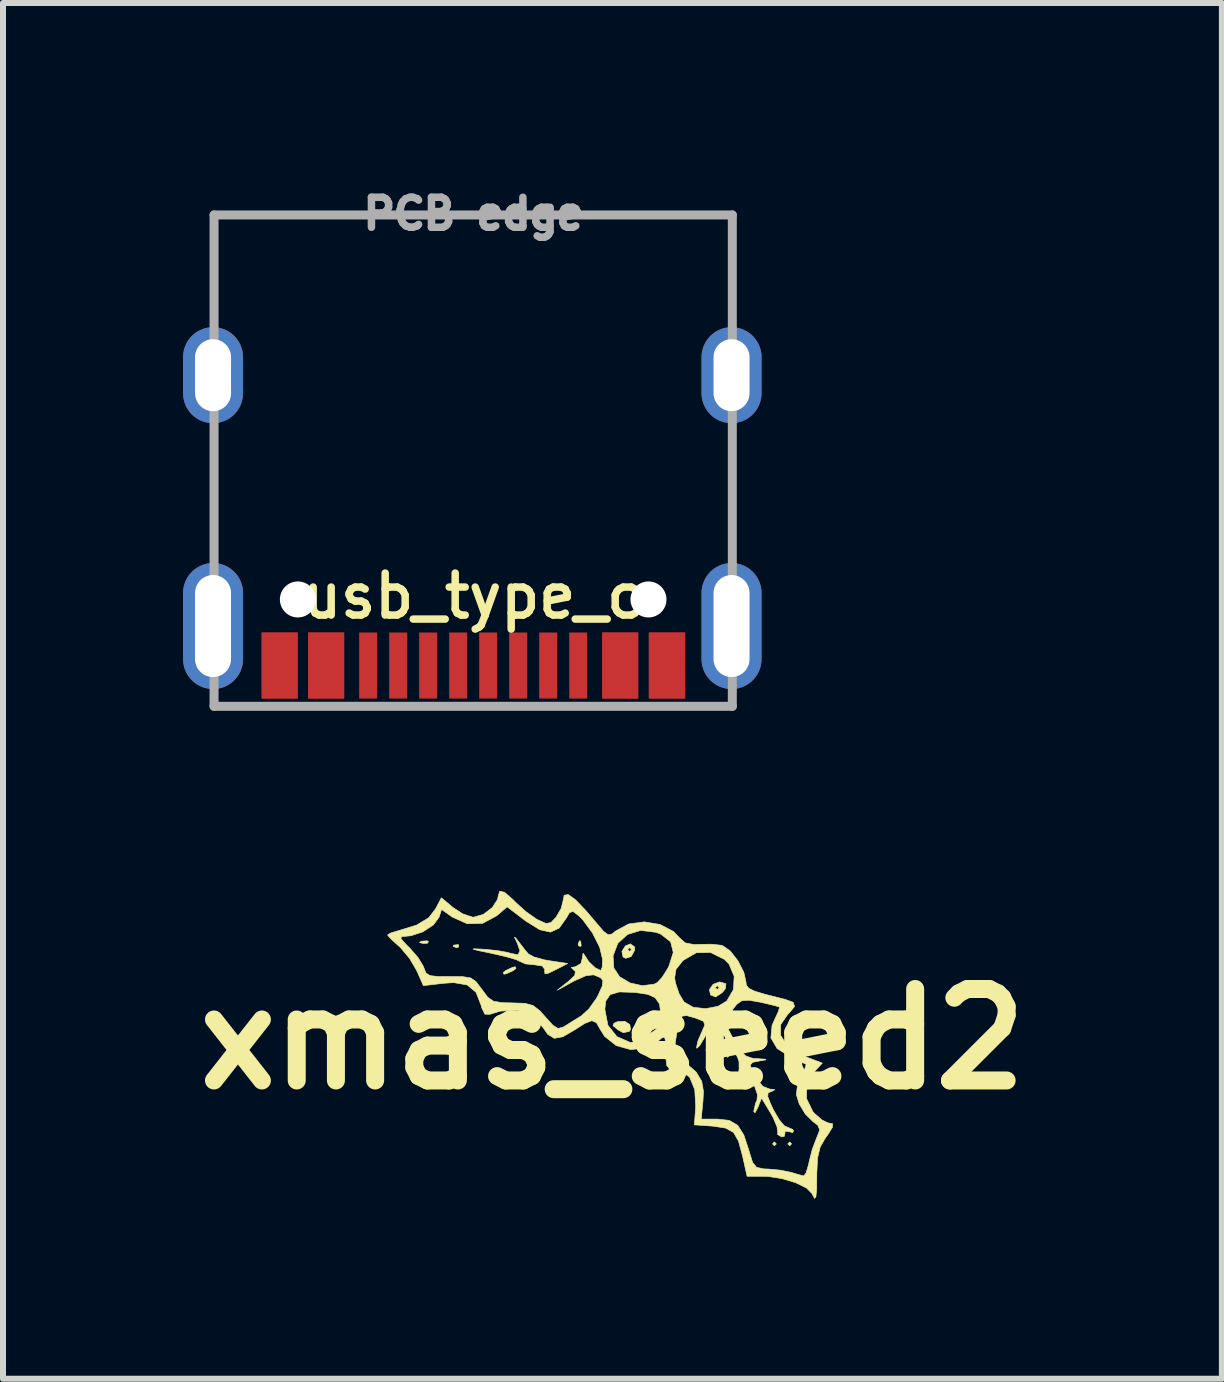
<source format=kicad_pcb>
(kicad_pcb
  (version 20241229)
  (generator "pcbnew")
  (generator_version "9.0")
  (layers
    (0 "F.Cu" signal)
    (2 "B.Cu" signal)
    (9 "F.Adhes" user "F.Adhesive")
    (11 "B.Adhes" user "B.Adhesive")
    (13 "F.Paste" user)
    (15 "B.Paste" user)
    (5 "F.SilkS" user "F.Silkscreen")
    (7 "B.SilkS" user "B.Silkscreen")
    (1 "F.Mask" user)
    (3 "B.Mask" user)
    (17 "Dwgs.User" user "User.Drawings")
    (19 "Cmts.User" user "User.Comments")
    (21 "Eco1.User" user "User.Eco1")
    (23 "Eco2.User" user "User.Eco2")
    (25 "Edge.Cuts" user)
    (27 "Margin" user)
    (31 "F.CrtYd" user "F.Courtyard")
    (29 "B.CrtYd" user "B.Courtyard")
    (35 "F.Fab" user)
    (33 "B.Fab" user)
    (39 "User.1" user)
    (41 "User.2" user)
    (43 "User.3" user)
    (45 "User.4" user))
  (footprint "usb_type_c"
    (layer "F.Cu")
    (at 4.835 0.532)
    (property "Reference" "usb_type_c" (at 0 6.35 180) (layer "F.SilkS") (effects (font (size 0.7 0.7) (thickness 0.125))))
    (attr through_hole)
    (fp_line (start -4.318 0) (end -4.318 8.188) (stroke (width 0.15) (type solid)) (layer "F.Fab"))
    (fp_line (start 4.318 0) (end -4.318 0) (stroke (width 0.15) (type solid)) (layer "F.Fab"))
    (fp_line (start 4.318 0) (end 4.318 8.188) (stroke (width 0.15) (type solid)) (layer "F.Fab"))
    (fp_line (start 4.318 8.188) (end -4.318 8.188) (stroke (width 0.15) (type solid)) (layer "F.Fab"))
    (fp_text user "PCB edge" (at 0.007 -0.02 180) (layer "F.Fab") (effects (font (size 0.5 0.5) (thickness 0.125))))
    (pad "" thru_hole oval (at -4.335 2.67 180) (size 1 1.6) (drill oval 0.6 1.2) (layers "*.Cu" "*.Mask"))
    (pad "" np_thru_hole circle (at -2.921 6.407 180) (size 0.6 0.6) (drill oval 0.6) (layers "*.Cu" "*.Mask"))
    (pad "" np_thru_hole circle (at 2.921 6.407 180) (size 0.6 0.6) (drill oval 0.6) (layers "*.Cu" "*.Mask"))
    (pad "" thru_hole oval (at 4.305 2.67 180) (size 1 1.6) (drill oval 0.6 1.2) (layers "*.Cu" "*.Mask"))
    (pad "" thru_hole oval (at 4.305 6.85 180) (size 1 2.1) (drill oval 0.6 1.7) (layers "*.Cu" "*.Mask"))
    (pad "A1" smd rect (at -3.225 7.508) (size 0.6 1.1) (layers "F.Cu" "F.Mask" "F.Paste"))
    (pad "A4" smd rect (at -2.45 7.508) (size 0.6 1.1) (layers "F.Cu" "F.Mask" "F.Paste"))
    (pad "A5" smd rect (at -1.75 7.508) (size 0.3 1.1) (layers "F.Cu" "F.Mask" "F.Paste"))
    (pad "A6" smd rect (at -0.75 7.508) (size 0.3 1.1) (layers "F.Cu" "F.Mask" "F.Paste"))
    (pad "A7" smd rect (at 0.75 7.508) (size 0.3 1.1) (layers "F.Cu" "F.Mask" "F.Paste"))
    (pad "A8" smd rect (at 1.75 7.508) (size 0.3 1.1) (layers "F.Cu" "F.Mask" "F.Paste"))
    (pad "A9" smd rect (at 2.45 7.508) (size 0.6 1.1) (layers "F.Cu" "F.Mask" "F.Paste"))
    (pad "A12" smd rect (at 3.225 7.508) (size 0.6 1.1) (layers "F.Cu" "F.Mask" "F.Paste"))
    (pad "B1" smd rect (at 3.234 7.508) (size 0.6 1.1) (layers "F.Cu" "F.Mask" "F.Paste"))
    (pad "B4" smd rect (at 2.45 7.508) (size 0.6 1.1) (layers "F.Cu" "F.Mask" "F.Paste"))
    (pad "B5" smd rect (at 1.25 7.508) (size 0.3 1.1) (layers "F.Cu" "F.Mask" "F.Paste"))
    (pad "B6" smd rect (at 0.25 7.508) (size 0.3 1.1) (layers "F.Cu" "F.Mask" "F.Paste"))
    (pad "B7" smd rect (at -0.25 7.508) (size 0.3 1.1) (layers "F.Cu" "F.Mask" "F.Paste"))
    (pad "B8" smd rect (at -1.25 7.508) (size 0.3 1.1) (layers "F.Cu" "F.Mask" "F.Paste"))
    (pad "B9" smd rect (at -2.45 7.508) (size 0.6 1.1) (layers "F.Cu" "F.Mask" "F.Paste"))
    (pad "B12" smd rect (at -3.225 7.508) (size 0.6 1.1) (layers "F.Cu" "F.Mask" "F.Paste"))
    (pad "S1" thru_hole oval (at -4.335 6.85 180) (size 1 2.1) (drill oval 0.6 1.7) (layers "*.Cu" "*.Mask")))
  (footprint "xmas_seed2"
    (layer "F.Cu")
    (at 7.156 14.265)
    (property "Reference" "xmas_seed2" (at 0 0 0) (layer "F.SilkS") (effects (font (size 1.524 1.524) (thickness 0.3))))
    (attr through_hole)
    (fp_poly (pts (xy 2.731 1.746) (xy 2.699 1.778) (xy 2.667 1.746) (xy 2.699 1.714) (xy 2.731 1.746)) (stroke (width 0.01) (type solid)) (fill yes) (layer "F.SilkS"))
    (fp_poly (pts (xy 2.985 1.746) (xy 2.953 1.778) (xy 2.921 1.746) (xy 2.953 1.714) (xy 2.985 1.746)) (stroke (width 0.01) (type solid)) (fill yes) (layer "F.SilkS"))
    (fp_poly (pts (xy -3.065 -1.626) (xy -3.084 -1.597) (xy -3.149 -1.593) (xy -3.216 -1.608) (xy -3.187 -1.631) (xy -3.088 -1.638) (xy -3.065 -1.626)) (stroke (width 0.01) (type solid)) (fill yes) (layer "F.SilkS"))
    (fp_poly (pts (xy -2.561 -1.566) (xy -2.57 -1.529) (xy -2.603 -1.524) (xy -2.656 -1.547) (xy -2.646 -1.566) (xy -2.57 -1.574) (xy -2.561 -1.566)) (stroke (width 0.01) (type solid)) (fill yes) (layer "F.SilkS"))
    (fp_poly (pts (xy -0.529 -1.63) (xy -0.522 -1.554) (xy -0.529 -1.545) (xy -0.567 -1.554) (xy -0.572 -1.587) (xy -0.548 -1.64) (xy -0.529 -1.63)) (stroke (width 0.01) (type solid)) (fill yes) (layer "F.SilkS"))
    (fp_poly (pts (xy -1.608 -1.178) (xy -1.651 -1.143) (xy -1.767 -1.089) (xy -1.81 -1.081) (xy -1.821 -1.108) (xy -1.778 -1.143) (xy -1.662 -1.197) (xy -1.619 -1.205) (xy -1.608 -1.178)) (stroke (width 0.01) (type solid)) (fill yes) (layer "F.SilkS"))
    (fp_poly (pts (xy 0.289 -0.243) (xy 0.302 -0.16) (xy 0.279 -0.127) (xy 0.178 -0.107) (xy 0.092 -0.154) (xy 0.008 -0.225) (xy 0.026 -0.265) (xy 0.084 -0.29) (xy 0.204 -0.297) (xy 0.289 -0.243)) (stroke (width 0.01) (type solid)) (fill yes) (layer "F.SilkS"))
    (fp_poly (pts (xy 0.367 -1.539) (xy 0.37 -1.482) (xy 0.311 -1.375) (xy 0.219 -1.346) (xy 0.175 -1.37) (xy 0.157 -1.459) (xy 0.177 -1.492) (xy 0.254 -1.492) (xy 0.286 -1.46) (xy 0.318 -1.492) (xy 0.286 -1.524) (xy 0.254 -1.492) (xy 0.177 -1.492) (xy 0.214 -1.552) (xy 0.297 -1.587) (xy 0.367 -1.539)) (stroke (width 0.01) (type solid)) (fill yes) (layer "F.SilkS"))
    (fp_poly (pts (xy 1.89 -0.923) (xy 1.883 -0.841) (xy 1.829 -0.775) (xy 1.719 -0.702) (xy 1.634 -0.736) (xy 1.615 -0.825) (xy 1.638 -0.857) (xy 1.714 -0.857) (xy 1.746 -0.826) (xy 1.778 -0.857) (xy 1.746 -0.889) (xy 1.714 -0.857) (xy 1.638 -0.857) (xy 1.678 -0.914) (xy 1.785 -0.953) (xy 1.89 -0.923)) (stroke (width 0.01) (type solid)) (fill yes) (layer "F.SilkS"))
    (fp_poly (pts (xy -1.616 -1.69) (xy -1.561 -1.619) (xy -1.462 -1.491) (xy -1.404 -1.421) (xy -1.309 -1.369) (xy -1.137 -1.321) (xy -1.045 -1.305) (xy -0.746 -1.26) (xy -0.92 -1.17) (xy -1.064 -1.099) (xy -1.125 -1.088) (xy -1.131 -1.136) (xy -1.127 -1.159) (xy -1.17 -1.219) (xy -1.302 -1.238) (xy -1.449 -1.253) (xy -1.529 -1.288) (xy -1.605 -1.324) (xy -1.772 -1.373) (xy -1.993 -1.424) (xy -2.005 -1.427) (xy -2.222 -1.472) (xy -2.321 -1.497) (xy -2.309 -1.505) (xy -2.192 -1.5) (xy -2.127 -1.496) (xy -1.917 -1.475) (xy -1.747 -1.444) (xy -1.696 -1.429) (xy -1.575 -1.405) (xy -1.542 -1.472) (xy -1.586 -1.598) (xy -1.633 -1.698) (xy -1.616 -1.69)) (stroke (width 0.01) (type solid)) (fill yes) (layer "F.SilkS"))
    (fp_poly (pts (xy -1.8 -2.447) (xy -1.66 -2.326) (xy -1.615 -2.28) (xy -1.447 -2.128) (xy -1.271 -2.003) (xy -1.242 -1.987) (xy -1.108 -1.927) (xy -1.026 -1.941) (xy -0.94 -2.031) (xy -0.855 -2.177) (xy -0.826 -2.293) (xy -0.805 -2.397) (xy -0.738 -2.409) (xy -0.619 -2.325) (xy -0.442 -2.14) (xy -0.272 -1.94) (xy -0.149 -1.796) (xy -0.071 -1.738) (xy -0.006 -1.752) (xy 0.053 -1.801) (xy 0.268 -1.918) (xy 0.53 -1.953) (xy 0.794 -1.91) (xy 1.018 -1.792) (xy 1.113 -1.692) (xy 1.212 -1.603) (xy 1.362 -1.575) (xy 1.459 -1.579) (xy 1.656 -1.581) (xy 1.816 -1.563) (xy 1.837 -1.557) (xy 1.964 -1.467) (xy 2.091 -1.304) (xy 2.188 -1.115) (xy 2.223 -0.963) (xy 2.231 -0.897) (xy 2.273 -0.846) (xy 2.368 -0.799) (xy 2.54 -0.747) (xy 2.81 -0.679) (xy 2.873 -0.663) (xy 3.012 -0.613) (xy 3.034 -0.542) (xy 2.941 -0.431) (xy 2.921 -0.413) (xy 2.803 -0.241) (xy 2.802 -0.061) (xy 2.912 0.11) (xy 3.125 0.254) (xy 3.208 0.29) (xy 3.497 0.4) (xy 3.357 0.549) (xy 3.238 0.758) (xy 3.233 0.99) (xy 3.339 1.208) (xy 3.366 1.239) (xy 3.49 1.347) (xy 3.593 1.397) (xy 3.599 1.397) (xy 3.668 1.411) (xy 3.666 1.468) (xy 3.589 1.592) (xy 3.544 1.654) (xy 3.461 1.799) (xy 3.418 1.977) (xy 3.405 2.232) (xy 3.405 2.254) (xy 3.402 2.5) (xy 3.39 2.63) (xy 3.367 2.655) (xy 3.331 2.587) (xy 3.327 2.577) (xy 3.235 2.483) (xy 3.055 2.394) (xy 2.826 2.325) (xy 2.587 2.288) (xy 2.517 2.286) (xy 2.243 2.286) (xy 2.166 1.942) (xy 2.1 1.7) (xy 2.018 1.557) (xy 1.89 1.484) (xy 1.687 1.452) (xy 1.65 1.449) (xy 1.365 1.429) (xy 1.387 1.124) (xy 1.371 0.842) (xy 1.287 0.636) (xy 1.143 0.524) (xy 1.046 0.508) (xy 0.95 0.496) (xy 0.904 0.44) (xy 0.89 0.304) (xy 0.889 0.261) (xy 1.024 0.261) (xy 1.036 0.35) (xy 1.09 0.379) (xy 1.131 0.381) (xy 1.257 0.428) (xy 1.388 0.543) (xy 1.399 0.556) (xy 1.487 0.703) (xy 1.516 0.871) (xy 1.508 1.032) (xy 1.479 1.333) (xy 1.754 1.333) (xy 1.948 1.355) (xy 2.086 1.436) (xy 2.188 1.596) (xy 2.275 1.86) (xy 2.283 1.889) (xy 2.336 2.058) (xy 2.402 2.137) (xy 2.521 2.163) (xy 2.59 2.165) (xy 2.796 2.184) (xy 2.976 2.22) (xy 2.985 2.223) (xy 3.12 2.263) (xy 3.188 2.28) (xy 3.227 2.228) (xy 3.267 2.093) (xy 3.276 2.048) (xy 3.329 1.838) (xy 3.399 1.652) (xy 3.404 1.641) (xy 3.454 1.515) (xy 3.422 1.436) (xy 3.342 1.376) (xy 3.213 1.248) (xy 3.112 1.08) (xy 3.064 0.925) (xy 3.08 0.789) (xy 3.136 0.654) (xy 3.2 0.51) (xy 3.227 0.426) (xy 3.225 0.419) (xy 3.161 0.389) (xy 3.024 0.326) (xy 2.967 0.3) (xy 2.743 0.156) (xy 2.64 -0.02) (xy 2.659 -0.228) (xy 2.697 -0.315) (xy 2.761 -0.452) (xy 2.785 -0.53) (xy 2.783 -0.534) (xy 2.714 -0.555) (xy 2.563 -0.592) (xy 2.462 -0.615) (xy 2.271 -0.648) (xy 2.156 -0.64) (xy 2.075 -0.583) (xy 2.061 -0.568) (xy 1.994 -0.481) (xy 2.024 -0.441) (xy 2.075 -0.426) (xy 2.12 -0.403) (xy 2.038 -0.389) (xy 2.016 -0.388) (xy 1.889 -0.373) (xy 1.841 -0.349) (xy 1.87 -0.281) (xy 1.943 -0.137) (xy 2.016 -0.001) (xy 2.127 0.183) (xy 2.22 0.28) (xy 2.331 0.319) (xy 2.413 0.326) (xy 2.546 0.335) (xy 2.558 0.345) (xy 2.461 0.363) (xy 2.336 0.387) (xy 2.296 0.433) (xy 2.331 0.535) (xy 2.383 0.638) (xy 2.505 0.788) (xy 2.621 0.833) (xy 2.705 0.844) (xy 2.666 0.866) (xy 2.654 0.869) (xy 2.594 0.896) (xy 2.587 0.955) (xy 2.635 1.078) (xy 2.682 1.179) (xy 2.777 1.342) (xy 2.863 1.444) (xy 2.898 1.46) (xy 3.001 1.504) (xy 3.016 1.523) (xy 3.005 1.558) (xy 2.946 1.544) (xy 2.872 1.534) (xy 2.876 1.566) (xy 2.862 1.621) (xy 2.82 1.63) (xy 2.752 1.591) (xy 2.754 1.554) (xy 2.741 1.457) (xy 2.675 1.303) (xy 2.634 1.231) (xy 2.485 0.984) (xy 2.421 1.143) (xy 2.376 1.227) (xy 2.355 1.208) (xy 2.354 1.206) (xy 2.384 1.068) (xy 2.407 1.024) (xy 2.415 0.924) (xy 2.369 0.786) (xy 2.292 0.651) (xy 2.208 0.559) (xy 2.145 0.549) (xy 2.103 0.541) (xy 2.11 0.501) (xy 2.109 0.376) (xy 2.08 0.293) (xy 2.022 0.214) (xy 1.966 0.248) (xy 1.956 0.261) (xy 1.915 0.306) (xy 1.929 0.24) (xy 1.931 0.232) (xy 1.926 0.116) (xy 1.874 -0.037) (xy 1.797 -0.175) (xy 1.718 -0.251) (xy 1.702 -0.254) (xy 1.646 -0.203) (xy 1.561 -0.075) (xy 1.528 -0.016) (xy 1.453 0.11) (xy 1.406 0.153) (xy 1.4 0.14) (xy 1.425 0.027) (xy 1.487 -0.116) (xy 1.539 -0.234) (xy 1.516 -0.297) (xy 1.397 -0.346) (xy 1.361 -0.357) (xy 1.24 -0.391) (xy 1.163 -0.383) (xy 1.115 -0.314) (xy 1.08 -0.161) (xy 1.044 0.079) (xy 1.024 0.261) (xy 0.889 0.261) (xy 0.889 0.212) (xy 0.886 0.037) (xy 0.867 -0.033) (xy 0.82 -0.018) (xy 0.77 0.025) (xy 0.548 0.15) (xy 0.3 0.175) (xy 0.061 0.107) (xy -0.132 -0.046) (xy -0.204 -0.162) (xy -0.267 -0.273) (xy -0.342 -0.307) (xy -0.46 -0.262) (xy -0.621 -0.159) (xy -0.826 -0.039) (xy -0.97 -0.013) (xy -1.081 -0.082) (xy -1.156 -0.191) (xy -1.334 -0.389) (xy -1.575 -0.482) (xy -1.869 -0.466) (xy -2.042 -0.413) (xy -2.126 -0.415) (xy -2.178 -0.519) (xy -2.188 -0.56) (xy -2.273 -0.779) (xy -2.42 -0.902) (xy -2.647 -0.941) (xy -2.813 -0.93) (xy -3.151 -0.891) (xy -3.262 -1.141) (xy -3.381 -1.344) (xy -3.532 -1.524) (xy -3.559 -1.549) (xy -3.679 -1.656) (xy -3.694 -1.673) (xy -3.524 -1.673) (xy -3.447 -1.585) (xy -3.377 -1.516) (xy -3.242 -1.361) (xy -3.152 -1.214) (xy -3.138 -1.176) (xy -3.106 -1.099) (xy -3.037 -1.057) (xy -2.9 -1.042) (xy -2.714 -1.042) (xy -2.497 -1.041) (xy -2.364 -1.019) (xy -2.274 -0.958) (xy -2.186 -0.842) (xy -2.174 -0.826) (xy -2.078 -0.697) (xy -1.982 -0.631) (xy -1.842 -0.607) (xy -1.67 -0.603) (xy -1.459 -0.596) (xy -1.323 -0.56) (xy -1.212 -0.474) (xy -1.118 -0.369) (xy -0.993 -0.231) (xy -0.908 -0.178) (xy -0.828 -0.196) (xy -0.794 -0.216) (xy -0.636 -0.315) (xy -0.519 -0.387) (xy -0.4 -0.496) (xy -0.127 -0.496) (xy -0.076 -0.23) (xy 0.074 -0.041) (xy 0.304 0.059) (xy 0.368 0.04) (xy 0.504 -0.013) (xy 0.54 -0.028) (xy 0.729 -0.164) (xy 0.815 -0.355) (xy 0.785 -0.576) (xy 0.775 -0.599) (xy 0.709 -0.691) (xy 0.59 -0.745) (xy 0.382 -0.777) (xy 0.37 -0.778) (xy 0.116 -0.786) (xy -0.038 -0.742) (xy -0.112 -0.633) (xy -0.127 -0.496) (xy -0.4 -0.496) (xy -0.395 -0.5) (xy -0.272 -0.672) (xy -0.243 -0.723) (xy -0.169 -0.886) (xy -0.16 -0.977) (xy -0.201 -1.024) (xy -0.314 -1.071) (xy -0.442 -1.057) (xy -0.624 -0.976) (xy -0.679 -0.947) (xy -0.921 -0.814) (xy -0.741 -0.956) (xy -0.629 -1.06) (xy -0.618 -1.126) (xy -0.646 -1.151) (xy -0.688 -1.194) (xy -0.619 -1.206) (xy -0.525 -1.259) (xy -0.503 -1.349) (xy -0.49 -1.432) (xy -0.464 -1.397) (xy -0.393 -1.288) (xy -0.285 -1.187) (xy -0.194 -1.143) (xy -0.171 -1.198) (xy -0.164 -1.325) (xy -0.179 -1.388) (xy 0.01 -1.388) (xy 0.023 -1.185) (xy 0.118 -1.04) (xy 0.292 -0.936) (xy 0.499 -0.89) (xy 0.693 -0.915) (xy 0.747 -0.942) (xy 0.819 -1.021) (xy 1.036 -1.021) (xy 1.05 -0.935) (xy 1.111 -0.754) (xy 1.192 -0.619) (xy 1.344 -0.531) (xy 1.551 -0.507) (xy 1.76 -0.547) (xy 1.905 -0.635) (xy 2.016 -0.827) (xy 2.028 -1.047) (xy 1.942 -1.25) (xy 1.865 -1.329) (xy 1.632 -1.444) (xy 1.397 -1.439) (xy 1.182 -1.314) (xy 1.167 -1.3) (xy 1.058 -1.161) (xy 1.036 -1.021) (xy 0.819 -1.021) (xy 0.827 -1.029) (xy 0.922 -1.179) (xy 0.941 -1.217) (xy 1.013 -1.444) (xy 0.969 -1.621) (xy 0.808 -1.747) (xy 0.727 -1.779) (xy 0.47 -1.811) (xy 0.25 -1.743) (xy 0.089 -1.596) (xy 0.01 -1.388) (xy -0.179 -1.388) (xy -0.213 -1.53) (xy -0.332 -1.766) (xy -0.492 -1.985) (xy -0.564 -2.057) (xy -0.66 -2.13) (xy -0.718 -2.105) (xy -0.766 -2.021) (xy -0.889 -1.849) (xy -1.032 -1.783) (xy -1.211 -1.822) (xy -1.443 -1.966) (xy -1.476 -1.991) (xy -1.755 -2.204) (xy -1.929 -2.055) (xy -2.163 -1.929) (xy -2.419 -1.922) (xy -2.668 -2.033) (xy -2.848 -2.161) (xy -2.889 -2.032) (xy -2.985 -1.902) (xy -3.158 -1.788) (xy -3.358 -1.722) (xy -3.438 -1.714) (xy -3.518 -1.708) (xy -3.524 -1.673) (xy -3.694 -1.673) (xy -3.743 -1.727) (xy -3.747 -1.735) (xy -3.693 -1.769) (xy -3.572 -1.805) (xy -3.266 -1.899) (xy -3.063 -2.021) (xy -2.947 -2.171) (xy -2.851 -2.355) (xy -2.659 -2.194) (xy -2.495 -2.087) (xy -2.337 -2.034) (xy -2.313 -2.032) (xy -2.152 -2.078) (xy -2.003 -2.191) (xy -1.914 -2.329) (xy -1.905 -2.381) (xy -1.88 -2.465) (xy -1.8 -2.447)) (stroke (width 0.01) (type solid)) (fill yes) (layer "F.SilkS")))
  (gr_rect
    (start -3 -3)
    (end 17.311 19.925)
    (stroke (width 0.1) (type default))
    (fill no)
    (layer "Edge.Cuts")))
</source>
